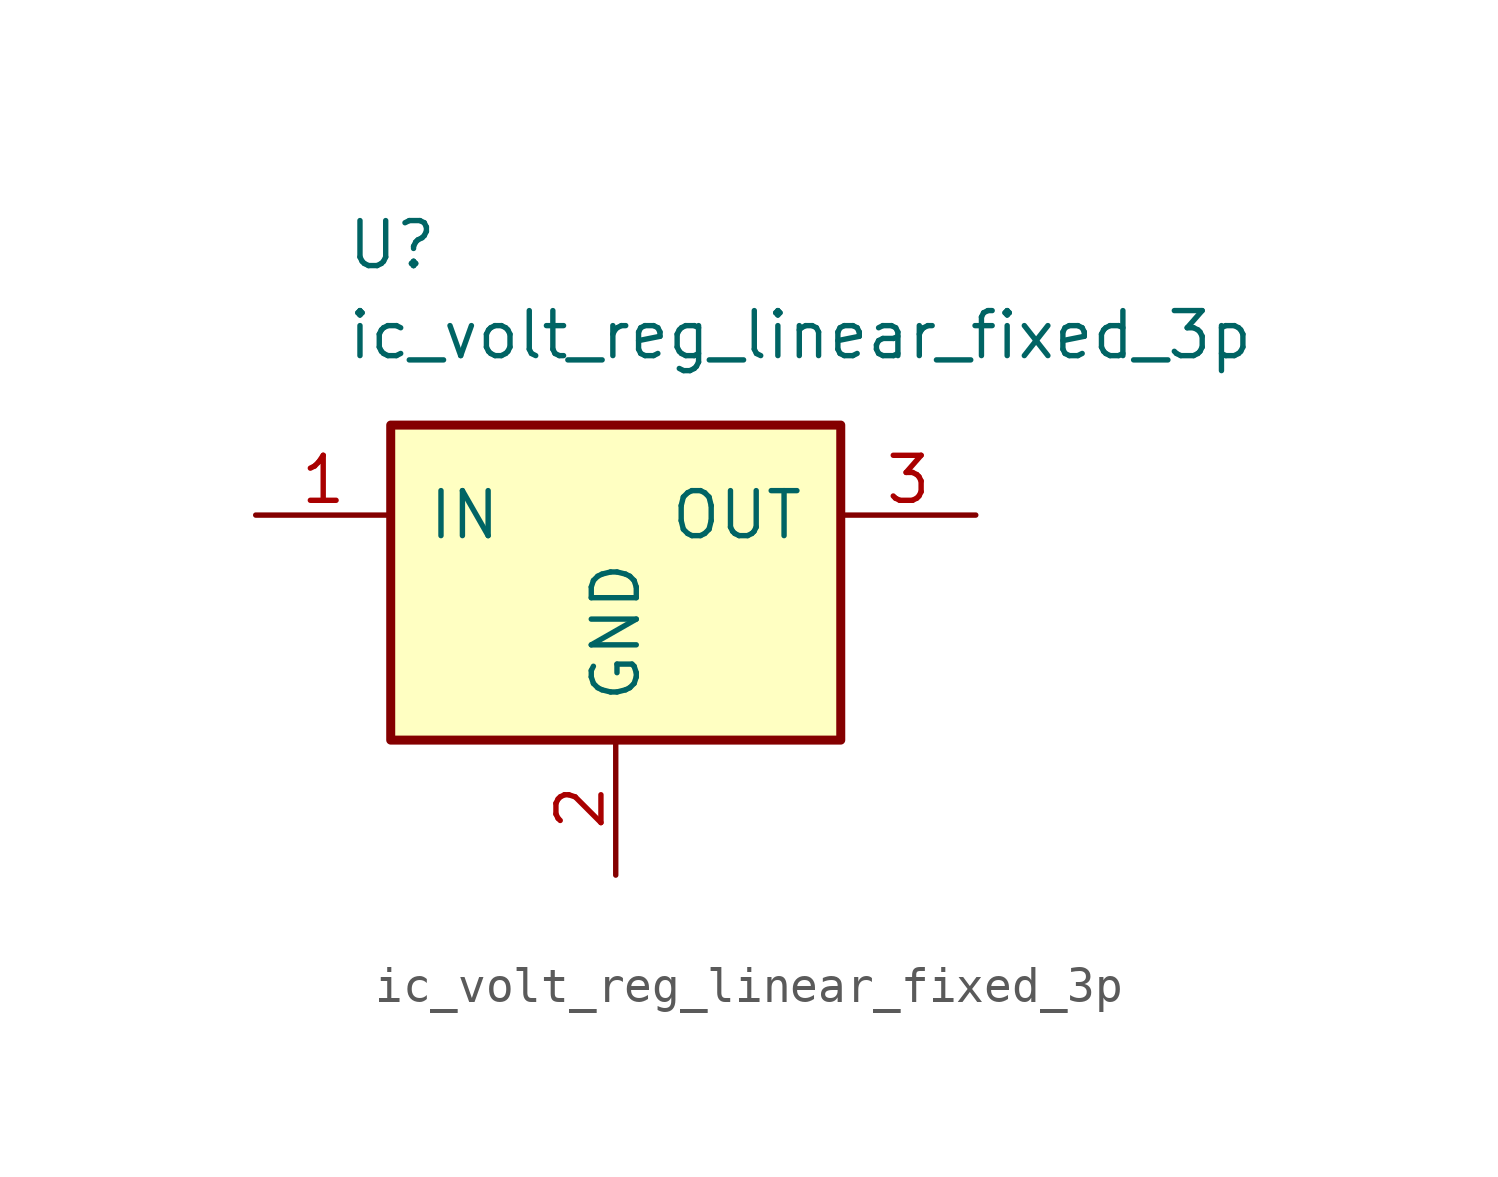
<source format=kicad_sym>
(kicad_symbol_lib
  (version 20241209)
  (generator "kicad_symbol_editor")
  (generator_version "9.0")
  (symbol "ic_volt_reg_linear_fixed_3p"
    (pin_names
      (offset 1.016))
    (property "Reference" "U"
      (at 2.54 7.62 0)
      (effects (font (size 1.27 1.27)) (justify left)))
    (property "Value" "ic_volt_reg_linear_fixed_3p"
      (at 2.54 5.08 0)
      (effects (font (size 1.27 1.27)) (justify left)))
    (symbol "ic_volt_reg_linear_fixed_3p_0_1"
      (rectangle (start 3.81 2.54) (end 16.51 -6.35) (stroke (width 0.254) (type default)) (fill (type background))))
    (symbol "ic_volt_reg_linear_fixed_3p_1_1"
      (pin input line (at 0 0 0) (length 3.81) (name "IN" (effects (font (size 1.27 1.27)))) (number "1" (effects (font (size 1.27 1.27)))))
      (pin power_in line (at 10.16 -10.16 90) (length 3.81) (name "GND" (effects (font (size 1.27 1.27)))) (number "2" (effects (font (size 1.27 1.27)))))
      (pin output line (at 20.32 0 180) (length 3.81) (name "OUT" (effects (font (size 1.27 1.27)))) (number "3" (effects (font (size 1.27 1.27))))))))
</source>
